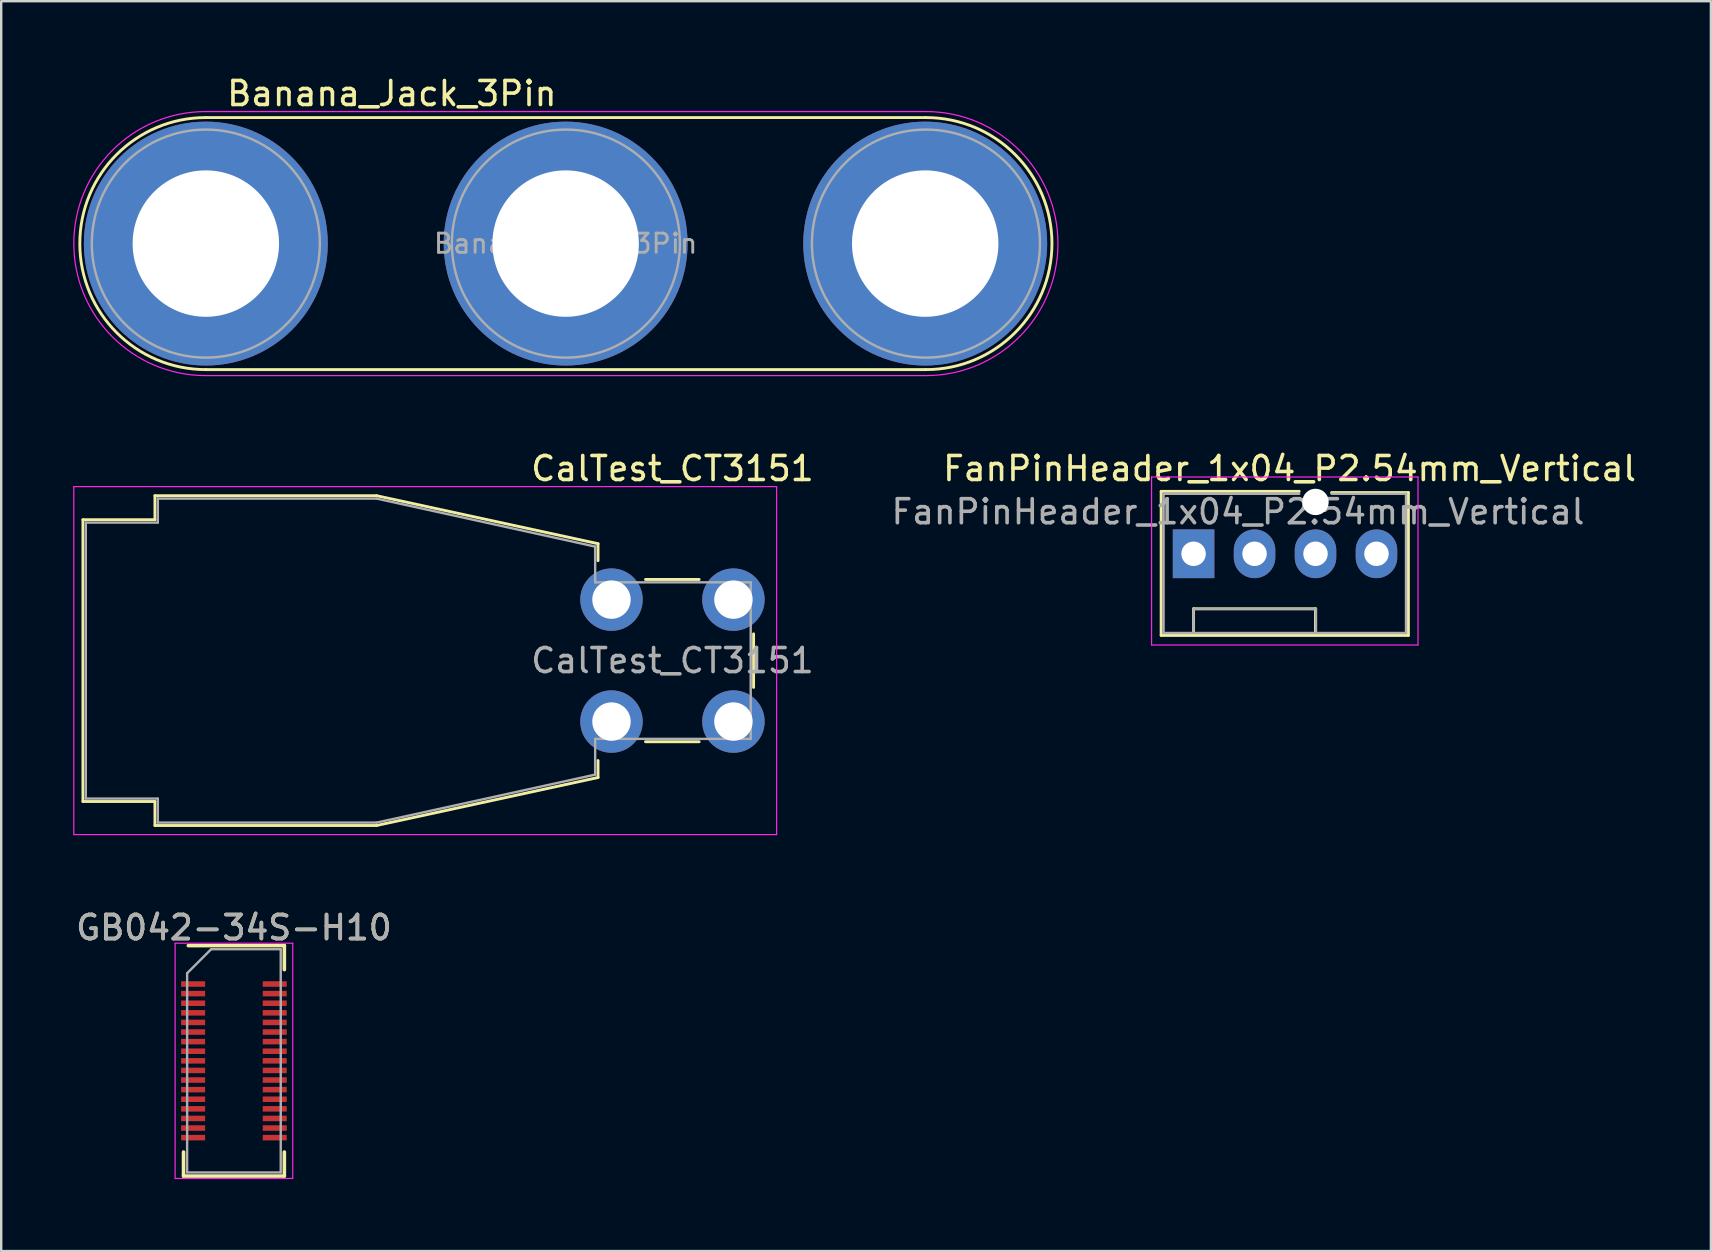
<source format=kicad_pcb>
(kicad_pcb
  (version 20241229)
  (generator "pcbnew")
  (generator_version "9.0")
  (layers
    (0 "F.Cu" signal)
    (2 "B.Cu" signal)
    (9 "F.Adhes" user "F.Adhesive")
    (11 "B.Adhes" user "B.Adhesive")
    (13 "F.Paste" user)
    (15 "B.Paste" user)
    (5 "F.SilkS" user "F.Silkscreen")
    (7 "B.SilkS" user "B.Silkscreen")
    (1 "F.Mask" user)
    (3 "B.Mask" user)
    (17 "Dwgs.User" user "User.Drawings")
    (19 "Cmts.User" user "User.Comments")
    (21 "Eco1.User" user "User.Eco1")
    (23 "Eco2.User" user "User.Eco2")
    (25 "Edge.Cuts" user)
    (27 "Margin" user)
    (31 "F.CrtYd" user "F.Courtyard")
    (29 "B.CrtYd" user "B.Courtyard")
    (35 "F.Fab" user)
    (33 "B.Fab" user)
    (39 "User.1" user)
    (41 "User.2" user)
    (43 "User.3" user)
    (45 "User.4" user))
  (footprint "Banana_Jack_3Pin"
    (layer "F.Cu")
    (at 5.525 7.098)
    (property "Reference" "Banana_Jack_3Pin" (at 7.75 -6.25 0) (layer "F.SilkS") (effects (font (size 1 1) (thickness 0.15))))
    (attr through_hole)
    (fp_line (start 0 5.25) (end 30 5.25) (stroke (width 0.12) (type solid)) (layer "F.SilkS"))
    (fp_line (start 30 -5.25) (end 0 -5.25) (stroke (width 0.12) (type solid)) (layer "F.SilkS"))
    (fp_arc (start 0 5.25) (mid -5.25 0) (end 0 -5.25) (stroke (width 0.12) (type solid)) (layer "F.SilkS"))
    (fp_arc (start 30 -5.25) (mid 35.25 0) (end 30 5.25) (stroke (width 0.12) (type solid)) (layer "F.SilkS"))
    (fp_line (start 0 -5.5) (end 30 -5.5) (stroke (width 0.05) (type solid)) (layer "F.CrtYd"))
    (fp_line (start 30 5.5) (end 0 5.5) (stroke (width 0.05) (type solid)) (layer "F.CrtYd"))
    (fp_arc (start 0 5.5) (mid -5.5 0) (end 0 -5.5) (stroke (width 0.05) (type solid)) (layer "F.CrtYd"))
    (fp_arc (start 30 -5.5) (mid 35.5 0) (end 30 5.5) (stroke (width 0.05) (type solid)) (layer "F.CrtYd"))
    (fp_circle (center 0 0) (end 2 0) (stroke (width 0.1) (type solid)) (fill no) (layer "F.Fab"))
    (fp_circle (center 0 0) (end 4.75 0) (stroke (width 0.1) (type solid)) (fill no) (layer "F.Fab"))
    (fp_circle (center 15 0) (end 17 0) (stroke (width 0.1) (type solid)) (fill no) (layer "F.Fab"))
    (fp_circle (center 15 0) (end 19.75 0) (stroke (width 0.1) (type solid)) (fill no) (layer "F.Fab"))
    (fp_circle (center 30 0) (end 30 -4.75) (stroke (width 0.1) (type solid)) (fill no) (layer "F.Fab"))
    (fp_circle (center 30 0) (end 30 -2) (stroke (width 0.1) (type solid)) (fill no) (layer "F.Fab"))
    (fp_text user "${REFERENCE}" (at 14.99 0 0) (layer "F.Fab") (effects (font (size 0.8 0.8) (thickness 0.12))))
    (pad "1" thru_hole circle (at 0 0) (size 10.16 10.16) (drill 6.1) (layers "*.Cu" "*.Mask"))
    (pad "2" thru_hole circle (at 14.99 0) (size 10.16 10.16) (drill 6.1) (layers "*.Cu" "*.Mask"))
    (pad "3" thru_hole circle (at 29.97 0) (size 10.16 10.16) (drill 6.1) (layers "*.Cu" "*.Mask")))
  (footprint "CalTest_CT3151"
    (layer "F.Cu")
    (at 22.425 21.931)
    (property "Reference" "CalTest_CT3151" (at 2.54 -5.46 0) (layer "F.SilkS") (effects (font (size 1 1) (thickness 0.15))))
    (attr through_hole)
    (fp_line (start -22.02 -3.33) (end -19.02 -3.33) (stroke (width 0.12) (type solid)) (layer "F.SilkS"))
    (fp_line (start -22.02 8.41) (end -22.02 -3.33) (stroke (width 0.12) (type solid)) (layer "F.SilkS"))
    (fp_line (start -19.02 -4.33) (end -9.79 -4.33) (stroke (width 0.12) (type solid)) (layer "F.SilkS"))
    (fp_line (start -19.02 -3.33) (end -19.02 -4.33) (stroke (width 0.12) (type solid)) (layer "F.SilkS"))
    (fp_line (start -19.02 8.41) (end -22.02 8.41) (stroke (width 0.12) (type solid)) (layer "F.SilkS"))
    (fp_line (start -19.02 9.41) (end -19.02 8.41) (stroke (width 0.12) (type solid)) (layer "F.SilkS"))
    (fp_line (start -9.79 -4.33) (end -0.561 -2.33) (stroke (width 0.12) (type solid)) (layer "F.SilkS"))
    (fp_line (start -9.79 9.41) (end -19.02 9.41) (stroke (width 0.12) (type solid)) (layer "F.SilkS"))
    (fp_line (start -0.561 -2.33) (end -0.561 -1.623) (stroke (width 0.12) (type solid)) (layer "F.SilkS"))
    (fp_line (start -0.561 6.703) (end -0.561 7.41) (stroke (width 0.12) (type solid)) (layer "F.SilkS"))
    (fp_line (start -0.561 7.41) (end -9.79 9.41) (stroke (width 0.12) (type solid)) (layer "F.SilkS"))
    (fp_line (start 1.417 -0.84) (end 3.652 -0.84) (stroke (width 0.12) (type solid)) (layer "F.SilkS"))
    (fp_line (start 3.653 5.92) (end 1.417 5.92) (stroke (width 0.12) (type solid)) (layer "F.SilkS"))
    (fp_line (start 5.92 1.425) (end 5.92 3.656) (stroke (width 0.12) (type solid)) (layer "F.SilkS"))
    (fp_line (start -22.4 -4.71) (end -22.4 9.79) (stroke (width 0.05) (type solid)) (layer "F.CrtYd"))
    (fp_line (start -22.4 9.79) (end 6.88 9.79) (stroke (width 0.05) (type solid)) (layer "F.CrtYd"))
    (fp_line (start 6.88 -4.71) (end -22.4 -4.71) (stroke (width 0.05) (type solid)) (layer "F.CrtYd"))
    (fp_line (start 6.88 9.79) (end 6.88 -4.71) (stroke (width 0.05) (type solid)) (layer "F.CrtYd"))
    (fp_line (start -21.9 -3.21) (end -18.9 -3.21) (stroke (width 0.1) (type solid)) (layer "F.Fab"))
    (fp_line (start -21.9 8.29) (end -21.9 -3.21) (stroke (width 0.1) (type solid)) (layer "F.Fab"))
    (fp_line (start -18.9 -4.21) (end -9.79 -4.21) (stroke (width 0.1) (type solid)) (layer "F.Fab"))
    (fp_line (start -18.9 -3.21) (end -18.9 -4.21) (stroke (width 0.1) (type solid)) (layer "F.Fab"))
    (fp_line (start -18.9 8.29) (end -21.9 8.29) (stroke (width 0.1) (type solid)) (layer "F.Fab"))
    (fp_line (start -18.9 9.29) (end -18.9 8.29) (stroke (width 0.1) (type solid)) (layer "F.Fab"))
    (fp_line (start -9.79 -4.21) (end -0.68 -2.21) (stroke (width 0.1) (type solid)) (layer "F.Fab"))
    (fp_line (start -9.79 9.29) (end -18.9 9.29) (stroke (width 0.1) (type solid)) (layer "F.Fab"))
    (fp_line (start -0.68 -2.21) (end -0.68 -0.72) (stroke (width 0.1) (type solid)) (layer "F.Fab"))
    (fp_line (start -0.68 -0.72) (end 5.8 -0.72) (stroke (width 0.1) (type solid)) (layer "F.Fab"))
    (fp_line (start -0.68 5.8) (end -0.68 7.29) (stroke (width 0.1) (type solid)) (layer "F.Fab"))
    (fp_line (start -0.68 7.29) (end -9.79 9.29) (stroke (width 0.1) (type solid)) (layer "F.Fab"))
    (fp_line (start 5.8 -0.72) (end 5.8 5.8) (stroke (width 0.1) (type solid)) (layer "F.Fab"))
    (fp_line (start 5.8 5.8) (end -0.68 5.8) (stroke (width 0.1) (type solid)) (layer "F.Fab"))
    (fp_text user "${REFERENCE}" (at 2.54 2.54 0) (layer "F.Fab") (effects (font (size 1 1) (thickness 0.15))))
    (pad "1" thru_hole circle (at 0 0) (size 2.6 2.6) (drill 1.6) (layers "*.Cu" "*.Mask"))
    (pad "1" thru_hole circle (at 0 5.08) (size 2.6 2.6) (drill 1.6) (layers "*.Cu" "*.Mask"))
    (pad "1" thru_hole circle (at 5.08 0) (size 2.6 2.6) (drill 1.6) (layers "*.Cu" "*.Mask"))
    (pad "1" thru_hole circle (at 5.08 5.08) (size 2.6 2.6) (drill 1.6) (layers "*.Cu" "*.Mask")))
  (footprint "FanPinHeader_1x04_P2.54mm_Vertical"
    (layer "F.Cu")
    (at 46.675 20.021)
    (property "Reference" "FanPinHeader_1x04_P2.54mm_Vertical" (at 4 -3.55 0) (layer "F.SilkS") (effects (font (size 1 1) (thickness 0.15))))
    (attr through_hole)
    (fp_line (start -1.35 -2.6) (end 4.4 -2.6) (stroke (width 0.12) (type solid)) (layer "F.SilkS"))
    (fp_line (start -1.35 3.4) (end -1.35 -2.6) (stroke (width 0.12) (type solid)) (layer "F.SilkS"))
    (fp_line (start 0 2.29) (end 5.08 2.29) (stroke (width 0.12) (type solid)) (layer "F.SilkS"))
    (fp_line (start 0 3.3) (end 0 2.29) (stroke (width 0.12) (type solid)) (layer "F.SilkS"))
    (fp_line (start 5.08 2.29) (end 5.08 3.3) (stroke (width 0.12) (type solid)) (layer "F.SilkS"))
    (fp_line (start 5.75 -2.55) (end 8.95 -2.55) (stroke (width 0.12) (type solid)) (layer "F.SilkS"))
    (fp_line (start 8.95 -2.55) (end 8.95 3.4) (stroke (width 0.12) (type solid)) (layer "F.SilkS"))
    (fp_line (start 8.95 3.4) (end -1.35 3.4) (stroke (width 0.12) (type solid)) (layer "F.SilkS"))
    (fp_line (start -1.75 3.8) (end -1.75 -3.2) (stroke (width 0.05) (type solid)) (layer "F.CrtYd"))
    (fp_line (start -1.75 3.8) (end 9.35 3.8) (stroke (width 0.05) (type solid)) (layer "F.CrtYd"))
    (fp_line (start 9.35 -3.2) (end -1.75 -3.2) (stroke (width 0.05) (type solid)) (layer "F.CrtYd"))
    (fp_line (start 9.35 -3.2) (end 9.35 3.8) (stroke (width 0.05) (type solid)) (layer "F.CrtYd"))
    (fp_line (start -1.25 -2.5) (end 4.4 -2.5) (stroke (width 0.1) (type solid)) (layer "F.Fab"))
    (fp_line (start -1.25 3.3) (end -1.25 -2.5) (stroke (width 0.1) (type solid)) (layer "F.Fab"))
    (fp_line (start -1.2 3.3) (end -1.25 3.3) (stroke (width 0.1) (type solid)) (layer "F.Fab"))
    (fp_line (start 0 2.3) (end 0 3.3) (stroke (width 0.1) (type solid)) (layer "F.Fab"))
    (fp_line (start 5.1 2.3) (end 0 2.3) (stroke (width 0.1) (type solid)) (layer "F.Fab"))
    (fp_line (start 5.1 3.3) (end 5.1 2.3) (stroke (width 0.1) (type solid)) (layer "F.Fab"))
    (fp_line (start 5.75 -2.5) (end 8.85 -2.5) (stroke (width 0.1) (type solid)) (layer "F.Fab"))
    (fp_line (start 8.85 -2.5) (end 8.85 3.3) (stroke (width 0.1) (type solid)) (layer "F.Fab"))
    (fp_line (start 8.85 3.3) (end -1.2 3.3) (stroke (width 0.1) (type solid)) (layer "F.Fab"))
    (fp_text user "${REFERENCE}" (at 1.85 -1.75 0) (layer "F.Fab") (effects (font (size 1 1) (thickness 0.15))))
    (pad "" np_thru_hole circle (at 5.08 -2.16 90) (size 1.1 1.1) (drill 1.1) (layers "*.Cu" "*.Mask"))
    (pad "1" thru_hole rect (at 0 0 90) (size 2.03 1.73) (drill 1.02) (layers "*.Cu" "*.Mask"))
    (pad "2" thru_hole oval (at 2.54 0 90) (size 2.03 1.73) (drill 1.02) (layers "*.Cu" "*.Mask"))
    (pad "3" thru_hole oval (at 5.08 0 90) (size 2.03 1.73) (drill 1.02) (layers "*.Cu" "*.Mask"))
    (pad "4" thru_hole oval (at 7.62 0 90) (size 2.03 1.73) (drill 1.02) (layers "*.Cu" "*.Mask")))
  (footprint "GB042-34S-H10"
    (layer "F.Cu")
    (at 6.696 41.145)
    (property "Reference" "GB042-34S-H10" (at 0 -5.55 0) (layer "F.SilkS") (effects (font (size 1 1) (thickness 0.15))))
    (attr smd)
    (fp_line (start -2.1 4.8) (end -2.1 3.8) (stroke (width 0.15) (type solid)) (layer "F.SilkS"))
    (fp_line (start -1.9 -4.8) (end 2.1 -4.8) (stroke (width 0.15) (type solid)) (layer "F.SilkS"))
    (fp_line (start 2.1 -4.8) (end 2.1 -3.8) (stroke (width 0.15) (type solid)) (layer "F.SilkS"))
    (fp_line (start 2.1 4.8) (end -2.1 4.8) (stroke (width 0.15) (type solid)) (layer "F.SilkS"))
    (fp_line (start 2.1 4.8) (end 2.1 3.8) (stroke (width 0.15) (type solid)) (layer "F.SilkS"))
    (fp_line (start -2.45 -4.9) (end 2.45 -4.9) (stroke (width 0.05) (type solid)) (layer "F.CrtYd"))
    (fp_line (start -2.45 4.9) (end -2.45 -4.9) (stroke (width 0.05) (type solid)) (layer "F.CrtYd"))
    (fp_line (start 2.45 -4.9) (end 2.45 4.9) (stroke (width 0.05) (type solid)) (layer "F.CrtYd"))
    (fp_line (start 2.45 4.9) (end -2.45 4.9) (stroke (width 0.05) (type solid)) (layer "F.CrtYd"))
    (fp_line (start -1.95 -3.65) (end -0.95 -4.65) (stroke (width 0.1) (type solid)) (layer "F.Fab"))
    (fp_line (start -1.95 4.65) (end -1.95 -3.65) (stroke (width 0.1) (type solid)) (layer "F.Fab"))
    (fp_line (start -0.95 -4.65) (end 1.95 -4.65) (stroke (width 0.1) (type solid)) (layer "F.Fab"))
    (fp_line (start 1.95 -4.65) (end 1.95 4.65) (stroke (width 0.1) (type solid)) (layer "F.Fab"))
    (fp_line (start 1.95 4.65) (end -1.95 4.65) (stroke (width 0.1) (type solid)) (layer "F.Fab"))
    (fp_text user "${REFERENCE}" (at 0 -5.55 0) (layer "F.Fab") (effects (font (size 1 1) (thickness 0.15))))
    (pad "1" smd rect (at -1.7 -3.2 270) (size 0.23 1) (layers "F.Cu" "F.Mask" "F.Paste"))
    (pad "2" smd rect (at -1.7 -2.8 270) (size 0.23 1) (layers "F.Cu" "F.Mask" "F.Paste"))
    (pad "3" smd rect (at -1.7 -2.4 270) (size 0.23 1) (layers "F.Cu" "F.Mask" "F.Paste"))
    (pad "4" smd rect (at -1.7 -2 270) (size 0.23 1) (layers "F.Cu" "F.Mask" "F.Paste"))
    (pad "5" smd rect (at -1.7 -1.6 270) (size 0.23 1) (layers "F.Cu" "F.Mask" "F.Paste"))
    (pad "6" smd rect (at -1.7 -1.2 270) (size 0.23 1) (layers "F.Cu" "F.Mask" "F.Paste"))
    (pad "7" smd rect (at -1.7 -0.8 270) (size 0.23 1) (layers "F.Cu" "F.Mask" "F.Paste"))
    (pad "8" smd rect (at -1.7 -0.4 270) (size 0.23 1) (layers "F.Cu" "F.Mask" "F.Paste"))
    (pad "9" smd rect (at -1.7 0 270) (size 0.23 1) (layers "F.Cu" "F.Mask" "F.Paste"))
    (pad "10" smd rect (at -1.7 0.4 270) (size 0.23 1) (layers "F.Cu" "F.Mask" "F.Paste"))
    (pad "11" smd rect (at -1.7 0.8 270) (size 0.23 1) (layers "F.Cu" "F.Mask" "F.Paste"))
    (pad "12" smd rect (at -1.7 1.2 270) (size 0.23 1) (layers "F.Cu" "F.Mask" "F.Paste"))
    (pad "13" smd rect (at -1.7 1.6 270) (size 0.23 1) (layers "F.Cu" "F.Mask" "F.Paste"))
    (pad "14" smd rect (at -1.7 2 270) (size 0.23 1) (layers "F.Cu" "F.Mask" "F.Paste"))
    (pad "15" smd rect (at -1.7 2.4 270) (size 0.23 1) (layers "F.Cu" "F.Mask" "F.Paste"))
    (pad "16" smd rect (at -1.7 2.8 270) (size 0.23 1) (layers "F.Cu" "F.Mask" "F.Paste"))
    (pad "17" smd rect (at -1.7 3.2 270) (size 0.23 1) (layers "F.Cu" "F.Mask" "F.Paste"))
    (pad "18" smd rect (at 1.7 3.2 270) (size 0.23 1) (layers "F.Cu" "F.Mask" "F.Paste"))
    (pad "19" smd rect (at 1.7 2.8 270) (size 0.23 1) (layers "F.Cu" "F.Mask" "F.Paste"))
    (pad "20" smd rect (at 1.7 2.4 270) (size 0.23 1) (layers "F.Cu" "F.Mask" "F.Paste"))
    (pad "21" smd rect (at 1.7 2 270) (size 0.23 1) (layers "F.Cu" "F.Mask" "F.Paste"))
    (pad "22" smd rect (at 1.7 1.6 270) (size 0.23 1) (layers "F.Cu" "F.Mask" "F.Paste"))
    (pad "23" smd rect (at 1.7 1.2 270) (size 0.23 1) (layers "F.Cu" "F.Mask" "F.Paste"))
    (pad "24" smd rect (at 1.7 0.8 270) (size 0.23 1) (layers "F.Cu" "F.Mask" "F.Paste"))
    (pad "25" smd rect (at 1.7 0.4 270) (size 0.23 1) (layers "F.Cu" "F.Mask" "F.Paste"))
    (pad "26" smd rect (at 1.7 0 270) (size 0.23 1) (layers "F.Cu" "F.Mask" "F.Paste"))
    (pad "27" smd rect (at 1.7 -0.4 270) (size 0.23 1) (layers "F.Cu" "F.Mask" "F.Paste"))
    (pad "28" smd rect (at 1.7 -0.8 270) (size 0.23 1) (layers "F.Cu" "F.Mask" "F.Paste"))
    (pad "29" smd rect (at 1.7 -1.2 270) (size 0.23 1) (layers "F.Cu" "F.Mask" "F.Paste"))
    (pad "30" smd rect (at 1.7 -1.6 270) (size 0.23 1) (layers "F.Cu" "F.Mask" "F.Paste"))
    (pad "31" smd rect (at 1.7 -2 270) (size 0.23 1) (layers "F.Cu" "F.Mask" "F.Paste"))
    (pad "32" smd rect (at 1.7 -2.4 270) (size 0.23 1) (layers "F.Cu" "F.Mask" "F.Paste"))
    (pad "33" smd rect (at 1.7 -2.8 270) (size 0.23 1) (layers "F.Cu" "F.Mask" "F.Paste"))
    (pad "34" smd rect (at 1.7 -3.2 270) (size 0.23 1) (layers "F.Cu" "F.Mask" "F.Paste")))
  (gr_rect
    (start -3 -3)
    (end 68.228 49.07)
    (stroke (width 0.1) (type default))
    (fill no)
    (layer "Edge.Cuts")))
</source>
